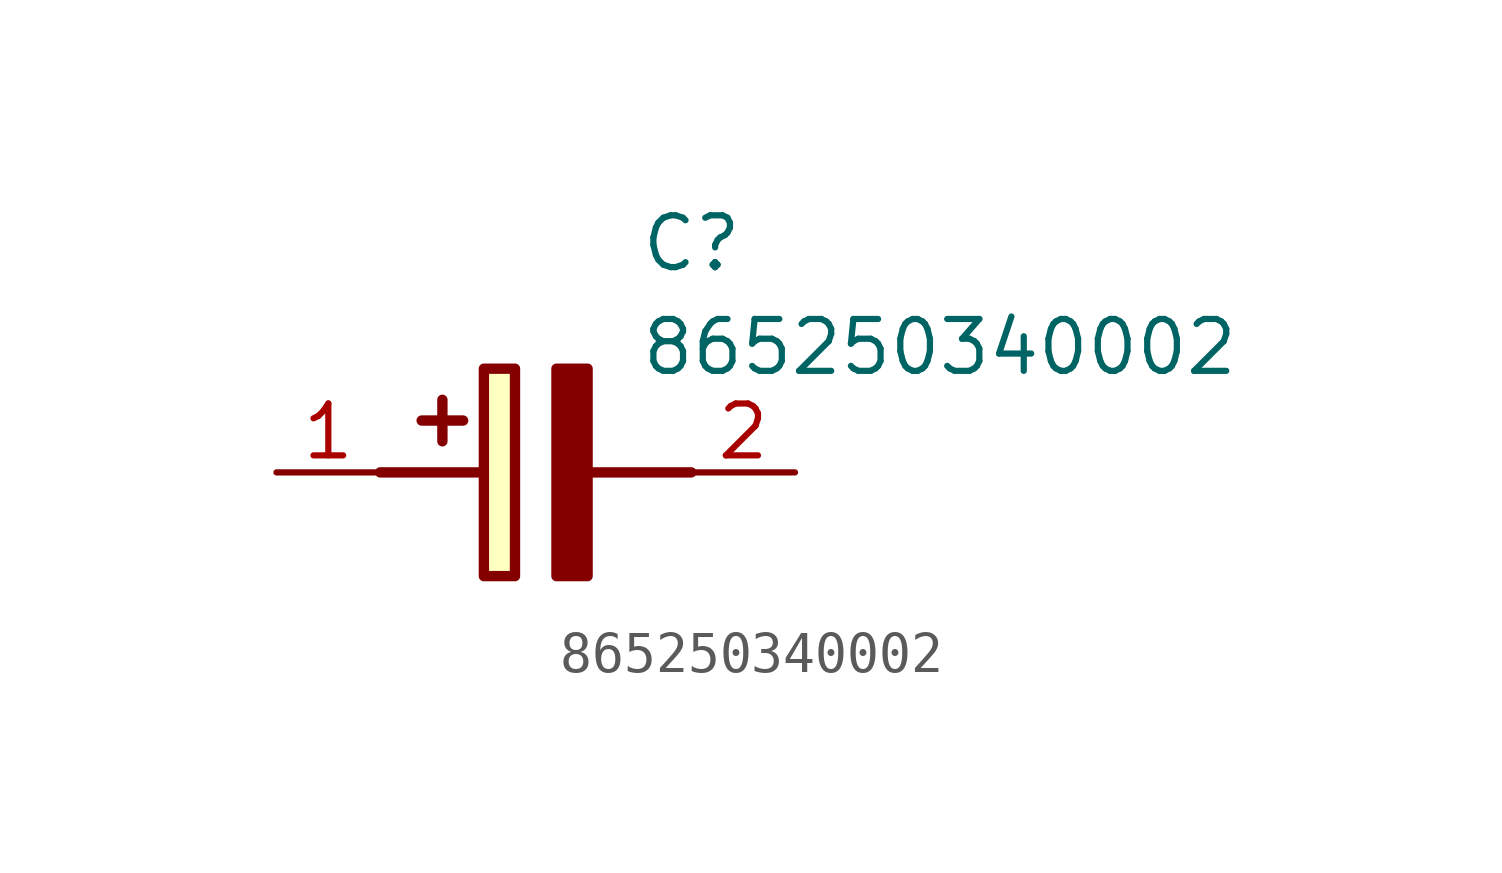
<source format=kicad_sym>
(kicad_symbol_lib
  (version 20211014)
  (generator SamacSys_ECAD_Model)
  (symbol "865250340002"
    (pin_names hide)
    (property "Reference" "C"
      (at 8.89 6.35 0)
      (effects (font (size 1.27 1.27)) (justify left top)))
    (property "Value" "865250340002"
      (at 8.89 3.81 0)
      (effects (font (size 1.27 1.27)) (justify left top)))
    (rectangle
      (start 5.08 2.54)
      (end 5.842 -2.54)
      (stroke (width 0.254) (type default))
      (fill (type background)))
    (polyline
      (pts (xy 4.572 1.27) (xy 3.556 1.27))
      (stroke (width 0.254) (type default))
      (fill (type none)))
    (polyline
      (pts (xy 4.064 1.778) (xy 4.064 0.762))
      (stroke (width 0.254) (type default))
      (fill (type none)))
    (polyline
      (pts (xy 2.54 0) (xy 5.08 0))
      (stroke (width 0.254) (type default))
      (fill (type none)))
    (polyline
      (pts (xy 7.62 0) (xy 10.16 0))
      (stroke (width 0.254) (type default))
      (fill (type none)))
    (polyline
      (pts (xy 7.62 2.54) (xy 7.62 -2.54) (xy 6.858 -2.54) (xy 6.858 2.54) (xy 7.62 2.54))
      (stroke (width 0.254) (type default))
      (fill (type outline)))
    (pin passive line
      (at 0 0 0)
      (length 2.54)
      (name "+" (effects (font (size 1.27 1.27))))
      (number "1" (effects (font (size 1.27 1.27)))))
    (pin passive line
      (at 12.7 0 180)
      (length 2.54)
      (name "-" (effects (font (size 1.27 1.27))))
      (number "2" (effects (font (size 1.27 1.27)))))))
</source>
